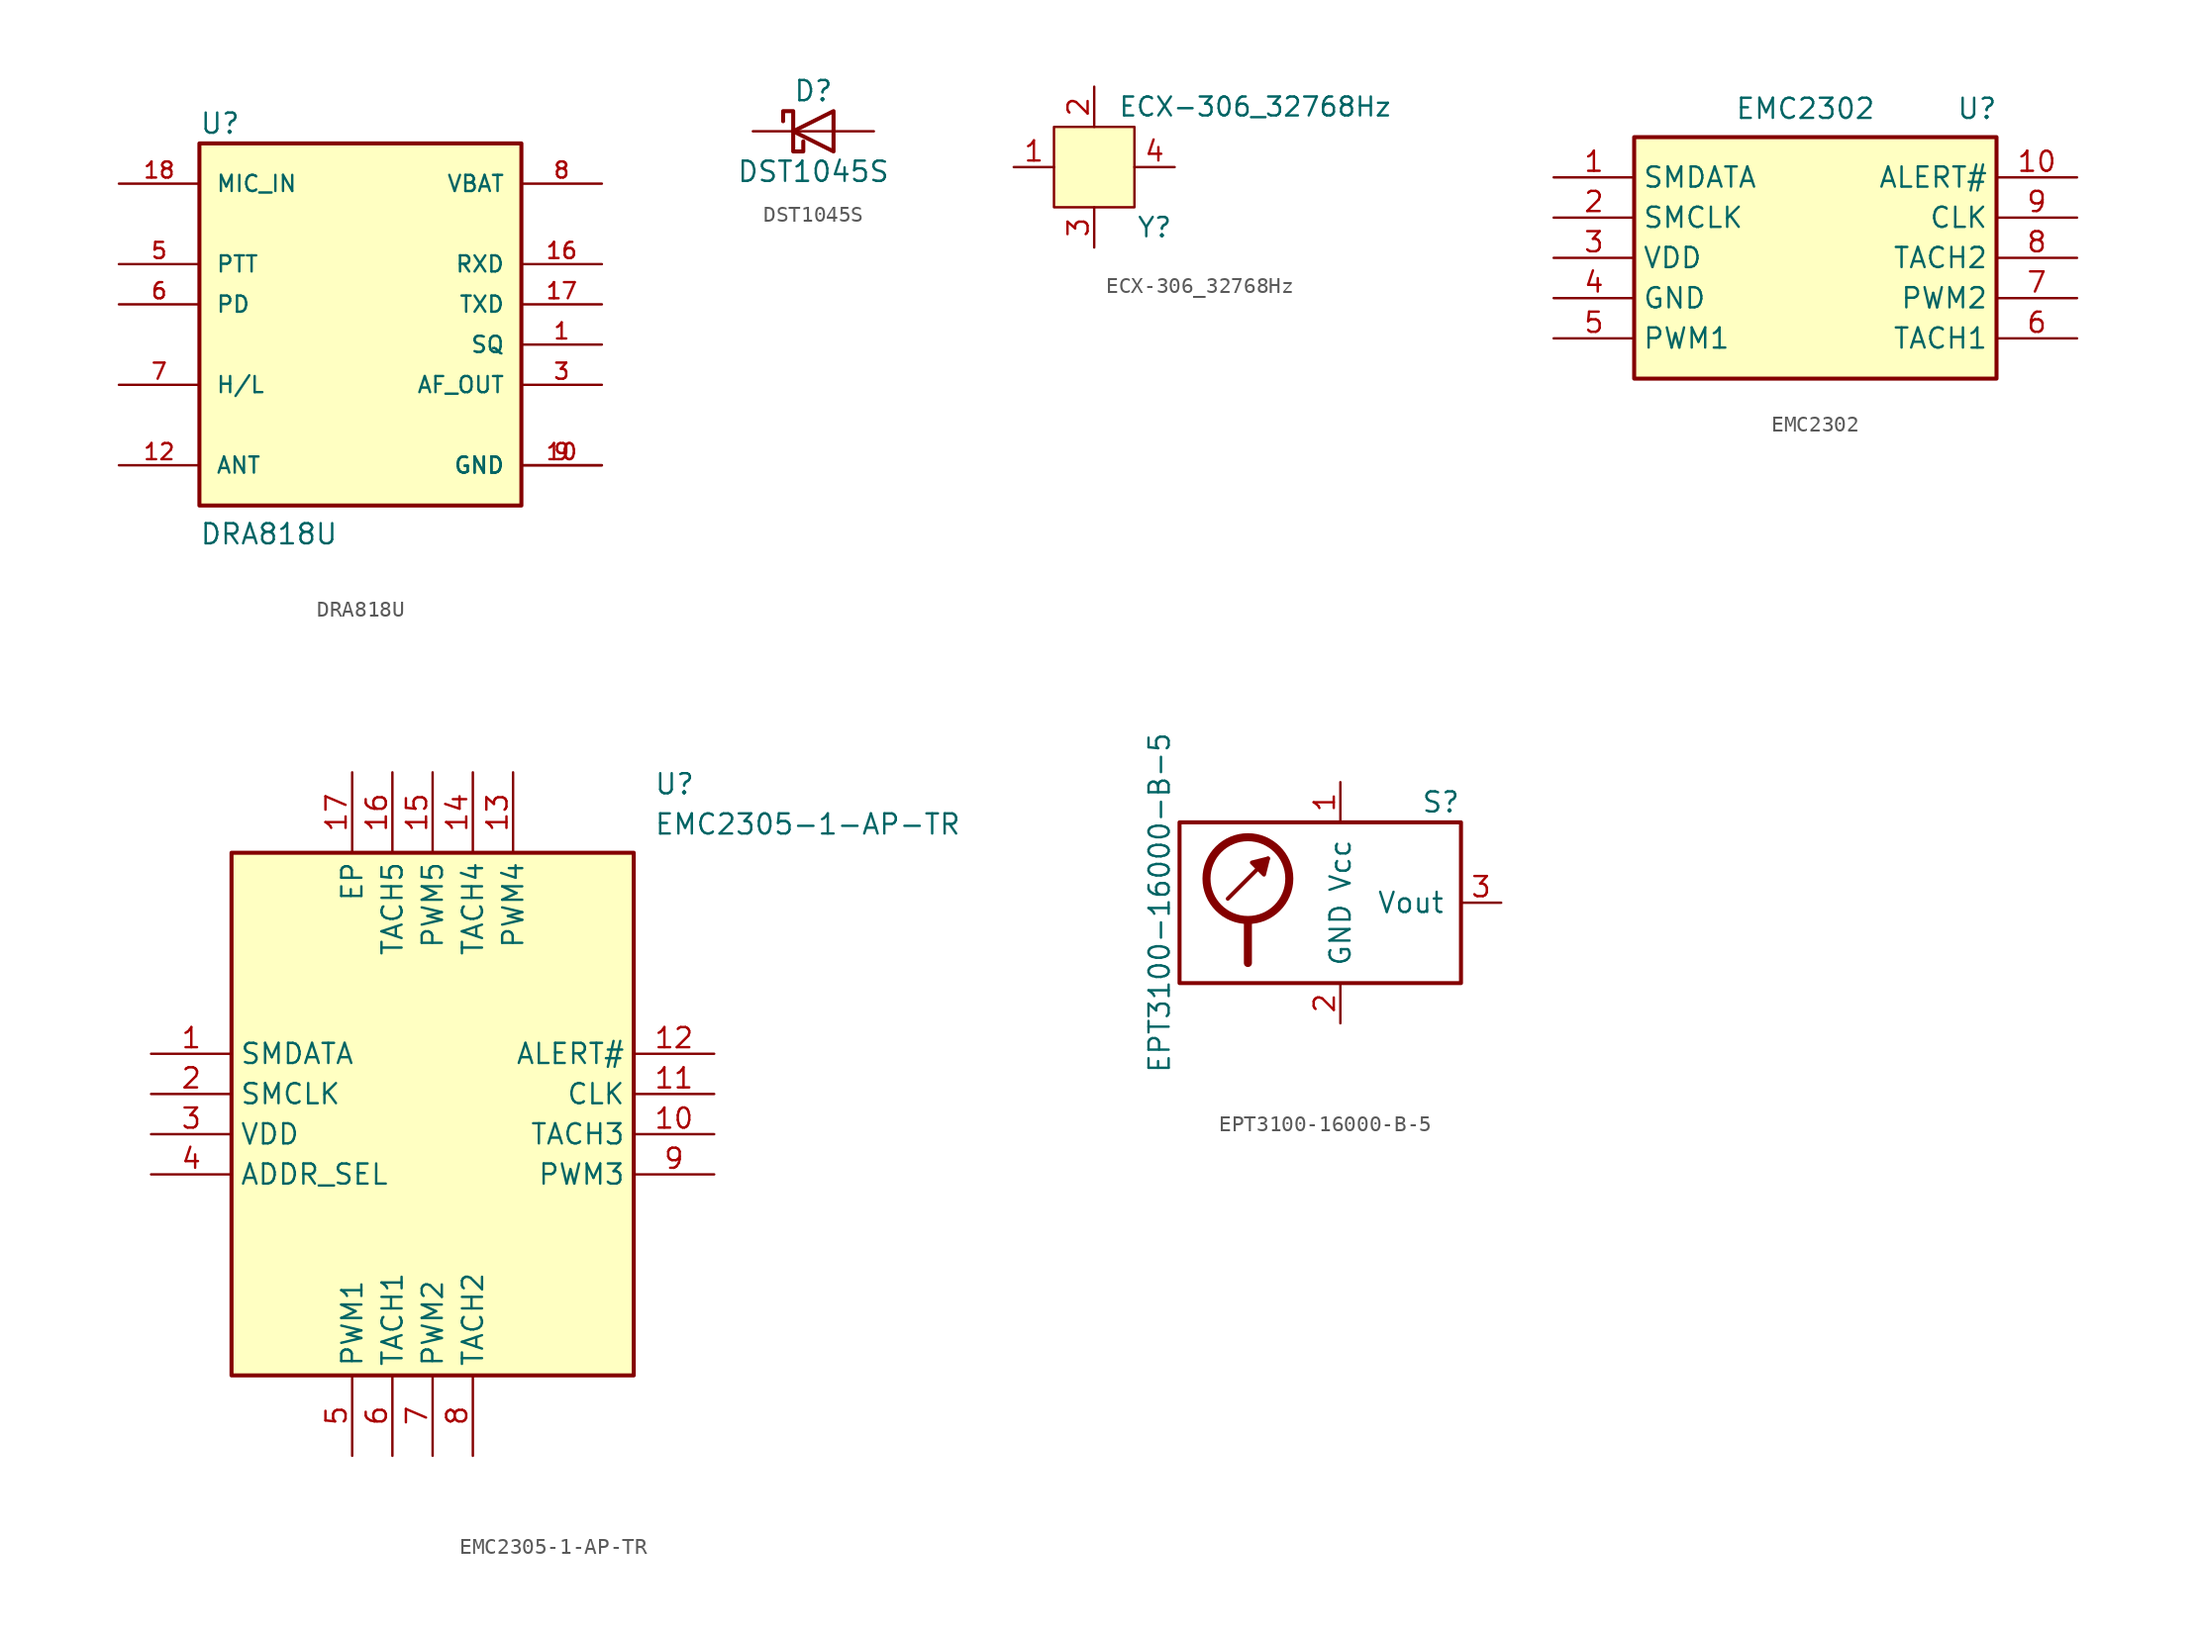
<source format=kicad_sym>
(kicad_symbol_lib
  (version 20231120)
  (generator "kicad_symbol_editor")
  (generator_version "8.0")
  (symbol "DRA818U"
    (pin_names
      (offset 1.016))
    (property "Reference" "U"
      (at -10.166 13.216 0)
      (effects (font (size 1.27 1.27)) (justify left bottom)))
    (property "Value" "DRA818U"
      (at -10.166 -12.708 0)
      (effects (font (size 1.27 1.27)) (justify left bottom)))
    (symbol "DRA818U_0_0"
      (rectangle (start -10.16 -10.16) (end 10.16 12.7) (stroke (width 0.254) (type default)) (fill (type background)))
      (pin output line (at 15.24 0 180) (length 5.08) (name "SQ" (effects (font (size 1.016 1.016)))) (number "1" (effects (font (size 1.016 1.016)))))
      (pin power_in line (at 15.24 -7.62 180) (length 5.08) (name "GND" (effects (font (size 1.016 1.016)))) (number "10" (effects (font (size 1.016 1.016)))))
      (pin passive line (at -15.24 -7.62 0) (length 5.08) (name "ANT" (effects (font (size 1.016 1.016)))) (number "12" (effects (font (size 1.016 1.016)))))
      (pin input line (at 15.24 5.08 180) (length 5.08) (name "RXD" (effects (font (size 1.016 1.016)))) (number "16" (effects (font (size 1.016 1.016)))))
      (pin output line (at 15.24 2.54 180) (length 5.08) (name "TXD" (effects (font (size 1.016 1.016)))) (number "17" (effects (font (size 1.016 1.016)))))
      (pin input line (at -15.24 10.16 0) (length 5.08) (name "MIC_IN" (effects (font (size 1.016 1.016)))) (number "18" (effects (font (size 1.016 1.016)))))
      (pin output line (at 15.24 -2.54 180) (length 5.08) (name "AF_OUT" (effects (font (size 1.016 1.016)))) (number "3" (effects (font (size 1.016 1.016)))))
      (pin input line (at -15.24 5.08 0) (length 5.08) (name "PTT" (effects (font (size 1.016 1.016)))) (number "5" (effects (font (size 1.016 1.016)))))
      (pin input line (at -15.24 2.54 0) (length 5.08) (name "PD" (effects (font (size 1.016 1.016)))) (number "6" (effects (font (size 1.016 1.016)))))
      (pin input line (at -15.24 -2.54 0) (length 5.08) (name "H/L" (effects (font (size 1.016 1.016)))) (number "7" (effects (font (size 1.016 1.016)))))
      (pin power_in line (at 15.24 10.16 180) (length 5.08) (name "VBAT" (effects (font (size 1.016 1.016)))) (number "8" (effects (font (size 1.016 1.016)))))
      (pin power_in line (at 15.24 -7.62 180) (length 5.08) (name "GND" (effects (font (size 1.016 1.016)))) (number "9" (effects (font (size 1.016 1.016)))))))
  (symbol "DST1045S"
    (pin_numbers hide)
    (pin_names
      (offset 1.016) hide)
    (property "Reference" "D"
      (at 0 2.54 0)
      (effects (font (size 1.27 1.27))))
    (property "Value" "DST1045S"
      (at 0 -2.54 0)
      (effects (font (size 1.27 1.27))))
    (symbol "DST1045S_0_1"
      (polyline (pts (xy 1.27 0) (xy -1.27 0)) (stroke (width 0) (type default)) (fill (type none)))
      (polyline (pts (xy 1.27 1.27) (xy 1.27 -1.27) (xy -1.27 0) (xy 1.27 1.27)) (stroke (width 0.254) (type default)) (fill (type none)))
      (polyline (pts (xy -1.905 0.635) (xy -1.905 1.27) (xy -1.27 1.27) (xy -1.27 -1.27) (xy -0.635 -1.27) (xy -0.635 -0.635)) (stroke (width 0.254) (type default)) (fill (type none))))
    (symbol "DST1045S_1_1"
      (pin passive line (at -3.81 0 0) (length 2.54) (name "K" (effects (font (size 1.27 1.27)))) (number "1" (effects (font (size 1.27 1.27)))))
      (pin passive line (at 3.81 0 180) (length 2.54) (name "A" (effects (font (size 1.27 1.27)))) (number "2" (effects (font (size 1.27 1.27)))))))
  (symbol "ECX-306_32768Hz"
    (pin_names
      (offset 1.016))
    (property "Reference" "Y"
      (at 3.81 -3.81 0)
      (effects (font (size 1.219 1.219))))
    (property "Value" "ECX-306_32768Hz"
      (at 10.16 3.81 0)
      (effects (font (size 1.194 1.194))))
    (symbol "ECX-306_32768Hz_0_1"
      (rectangle (start -2.54 2.54) (end 2.54 -2.54) (stroke (width 0) (type default)) (fill (type background))))
    (symbol "ECX-306_32768Hz_1_1"
      (pin bidirectional line (at -5.08 0 0) (length 2.54) (name "~" (effects (font (size 1.27 1.27)))) (number "1" (effects (font (size 1.27 1.27)))))
      (pin bidirectional line (at 0 5.08 270) (length 2.54) (name "~" (effects (font (size 1.27 1.27)))) (number "2" (effects (font (size 1.27 1.27)))))
      (pin bidirectional line (at 0 -5.08 90) (length 2.54) (name "~" (effects (font (size 1.27 1.27)))) (number "3" (effects (font (size 1.27 1.27)))))
      (pin bidirectional line (at 5.08 0 180) (length 2.54) (name "~" (effects (font (size 1.27 1.27)))) (number "4" (effects (font (size 1.27 1.27)))))))
  (symbol "EMC2302"
    (property "Reference" "U"
      (at 25.4 5.08 0)
      (effects (font (size 1.27 1.27)) (justify left top)))
    (property "Value" "EMC2302"
      (at 11.43 5.08 0)
      (effects (font (size 1.27 1.27)) (justify left top)))
    (symbol "EMC2302_1_1"
      (rectangle (start 5.08 2.54) (end 27.94 -12.7) (stroke (width 0.254) (type default)) (fill (type background)))
      (pin passive line (at 0 0 0) (length 5.08) (name "SMDATA" (effects (font (size 1.27 1.27)))) (number "1" (effects (font (size 1.27 1.27)))))
      (pin passive line (at 33.02 0 180) (length 5.08) (name "ALERT#" (effects (font (size 1.27 1.27)))) (number "10" (effects (font (size 1.27 1.27)))))
      (pin passive line (at 0 -2.54 0) (length 5.08) (name "SMCLK" (effects (font (size 1.27 1.27)))) (number "2" (effects (font (size 1.27 1.27)))))
      (pin passive line (at 0 -5.08 0) (length 5.08) (name "VDD" (effects (font (size 1.27 1.27)))) (number "3" (effects (font (size 1.27 1.27)))))
      (pin passive line (at 0 -7.62 0) (length 5.08) (name "GND" (effects (font (size 1.27 1.27)))) (number "4" (effects (font (size 1.27 1.27)))))
      (pin passive line (at 0 -10.16 0) (length 5.08) (name "PWM1" (effects (font (size 1.27 1.27)))) (number "5" (effects (font (size 1.27 1.27)))))
      (pin passive line (at 33.02 -10.16 180) (length 5.08) (name "TACH1" (effects (font (size 1.27 1.27)))) (number "6" (effects (font (size 1.27 1.27)))))
      (pin passive line (at 33.02 -7.62 180) (length 5.08) (name "PWM2" (effects (font (size 1.27 1.27)))) (number "7" (effects (font (size 1.27 1.27)))))
      (pin passive line (at 33.02 -5.08 180) (length 5.08) (name "TACH2" (effects (font (size 1.27 1.27)))) (number "8" (effects (font (size 1.27 1.27)))))
      (pin passive line (at 33.02 -2.54 180) (length 5.08) (name "CLK" (effects (font (size 1.27 1.27)))) (number "9" (effects (font (size 1.27 1.27)))))))
  (symbol "EMC2305-1-AP-TR"
    (property "Reference" "U"
      (at 31.75 17.78 0)
      (effects (font (size 1.27 1.27)) (justify left top)))
    (property "Value" "EMC2305-1-AP-TR"
      (at 31.75 15.24 0)
      (effects (font (size 1.27 1.27)) (justify left top)))
    (symbol "EMC2305-1-AP-TR_1_1"
      (rectangle (start 5.08 12.7) (end 30.48 -20.32) (stroke (width 0.254) (type default)) (fill (type background)))
      (pin passive line (at 0 0 0) (length 5.08) (name "SMDATA" (effects (font (size 1.27 1.27)))) (number "1" (effects (font (size 1.27 1.27)))))
      (pin passive line (at 35.56 -5.08 180) (length 5.08) (name "TACH3" (effects (font (size 1.27 1.27)))) (number "10" (effects (font (size 1.27 1.27)))))
      (pin passive line (at 35.56 -2.54 180) (length 5.08) (name "CLK" (effects (font (size 1.27 1.27)))) (number "11" (effects (font (size 1.27 1.27)))))
      (pin passive line (at 35.56 0 180) (length 5.08) (name "ALERT#" (effects (font (size 1.27 1.27)))) (number "12" (effects (font (size 1.27 1.27)))))
      (pin passive line (at 22.86 17.78 270) (length 5.08) (name "PWM4" (effects (font (size 1.27 1.27)))) (number "13" (effects (font (size 1.27 1.27)))))
      (pin passive line (at 20.32 17.78 270) (length 5.08) (name "TACH4" (effects (font (size 1.27 1.27)))) (number "14" (effects (font (size 1.27 1.27)))))
      (pin passive line (at 17.78 17.78 270) (length 5.08) (name "PWM5" (effects (font (size 1.27 1.27)))) (number "15" (effects (font (size 1.27 1.27)))))
      (pin passive line (at 15.24 17.78 270) (length 5.08) (name "TACH5" (effects (font (size 1.27 1.27)))) (number "16" (effects (font (size 1.27 1.27)))))
      (pin passive line (at 12.7 17.78 270) (length 5.08) (name "EP" (effects (font (size 1.27 1.27)))) (number "17" (effects (font (size 1.27 1.27)))))
      (pin passive line (at 0 -2.54 0) (length 5.08) (name "SMCLK" (effects (font (size 1.27 1.27)))) (number "2" (effects (font (size 1.27 1.27)))))
      (pin passive line (at 0 -5.08 0) (length 5.08) (name "VDD" (effects (font (size 1.27 1.27)))) (number "3" (effects (font (size 1.27 1.27)))))
      (pin passive line (at 0 -7.62 0) (length 5.08) (name "ADDR_SEL" (effects (font (size 1.27 1.27)))) (number "4" (effects (font (size 1.27 1.27)))))
      (pin passive line (at 12.7 -25.4 90) (length 5.08) (name "PWM1" (effects (font (size 1.27 1.27)))) (number "5" (effects (font (size 1.27 1.27)))))
      (pin passive line (at 15.24 -25.4 90) (length 5.08) (name "TACH1" (effects (font (size 1.27 1.27)))) (number "6" (effects (font (size 1.27 1.27)))))
      (pin passive line (at 17.78 -25.4 90) (length 5.08) (name "PWM2" (effects (font (size 1.27 1.27)))) (number "7" (effects (font (size 1.27 1.27)))))
      (pin passive line (at 20.32 -25.4 90) (length 5.08) (name "TACH2" (effects (font (size 1.27 1.27)))) (number "8" (effects (font (size 1.27 1.27)))))
      (pin passive line (at 35.56 -7.62 180) (length 5.08) (name "PWM3" (effects (font (size 1.27 1.27)))) (number "9" (effects (font (size 1.27 1.27)))))))
  (symbol "EPT3100-16000-B-5"
    (pin_names
      (offset 1.016))
    (property "Reference" "S"
      (at 6.35 6.35 0)
      (effects (font (size 1.27 1.27))))
    (property "Value" "EPT3100-16000-B-5"
      (at -11.43 0 90)
      (effects (font (size 1.27 1.27))))
    (symbol "EPT3100-16000-B-5_1_1"
      (circle (center -5.842 1.524) (radius 2.616) (stroke (width 0.508) (type default)) (fill (type none)))
      (polyline (pts (xy -7.112 0.254) (xy -4.572 2.794)) (stroke (width 0.254) (type default)) (fill (type none)))
      (polyline (pts (xy -5.842 -1.27) (xy -5.842 -3.81)) (stroke (width 0.508) (type default)) (fill (type none)))
      (polyline (pts (xy -4.572 2.794) (xy -4.826 1.778) (xy -5.588 2.54) (xy -4.572 2.794)) (stroke (width 0.254) (type default)) (fill (type outline)))
      (rectangle (start 7.62 5.08) (end -10.16 -5.08) (stroke (width 0.254) (type default)) (fill (type none)))
      (pin power_in line (at 0 7.62 270) (length 2.54) (name "Vcc" (effects (font (size 1.27 1.27)))) (number "1" (effects (font (size 1.27 1.27)))))
      (pin power_in line (at 0 -7.62 90) (length 2.54) (name "GND" (effects (font (size 1.27 1.27)))) (number "2" (effects (font (size 1.27 1.27)))))
      (pin output line (at 10.16 0 180) (length 2.54) (name "Vout" (effects (font (size 1.27 1.27)))) (number "3" (effects (font (size 1.27 1.27))))))))
</source>
